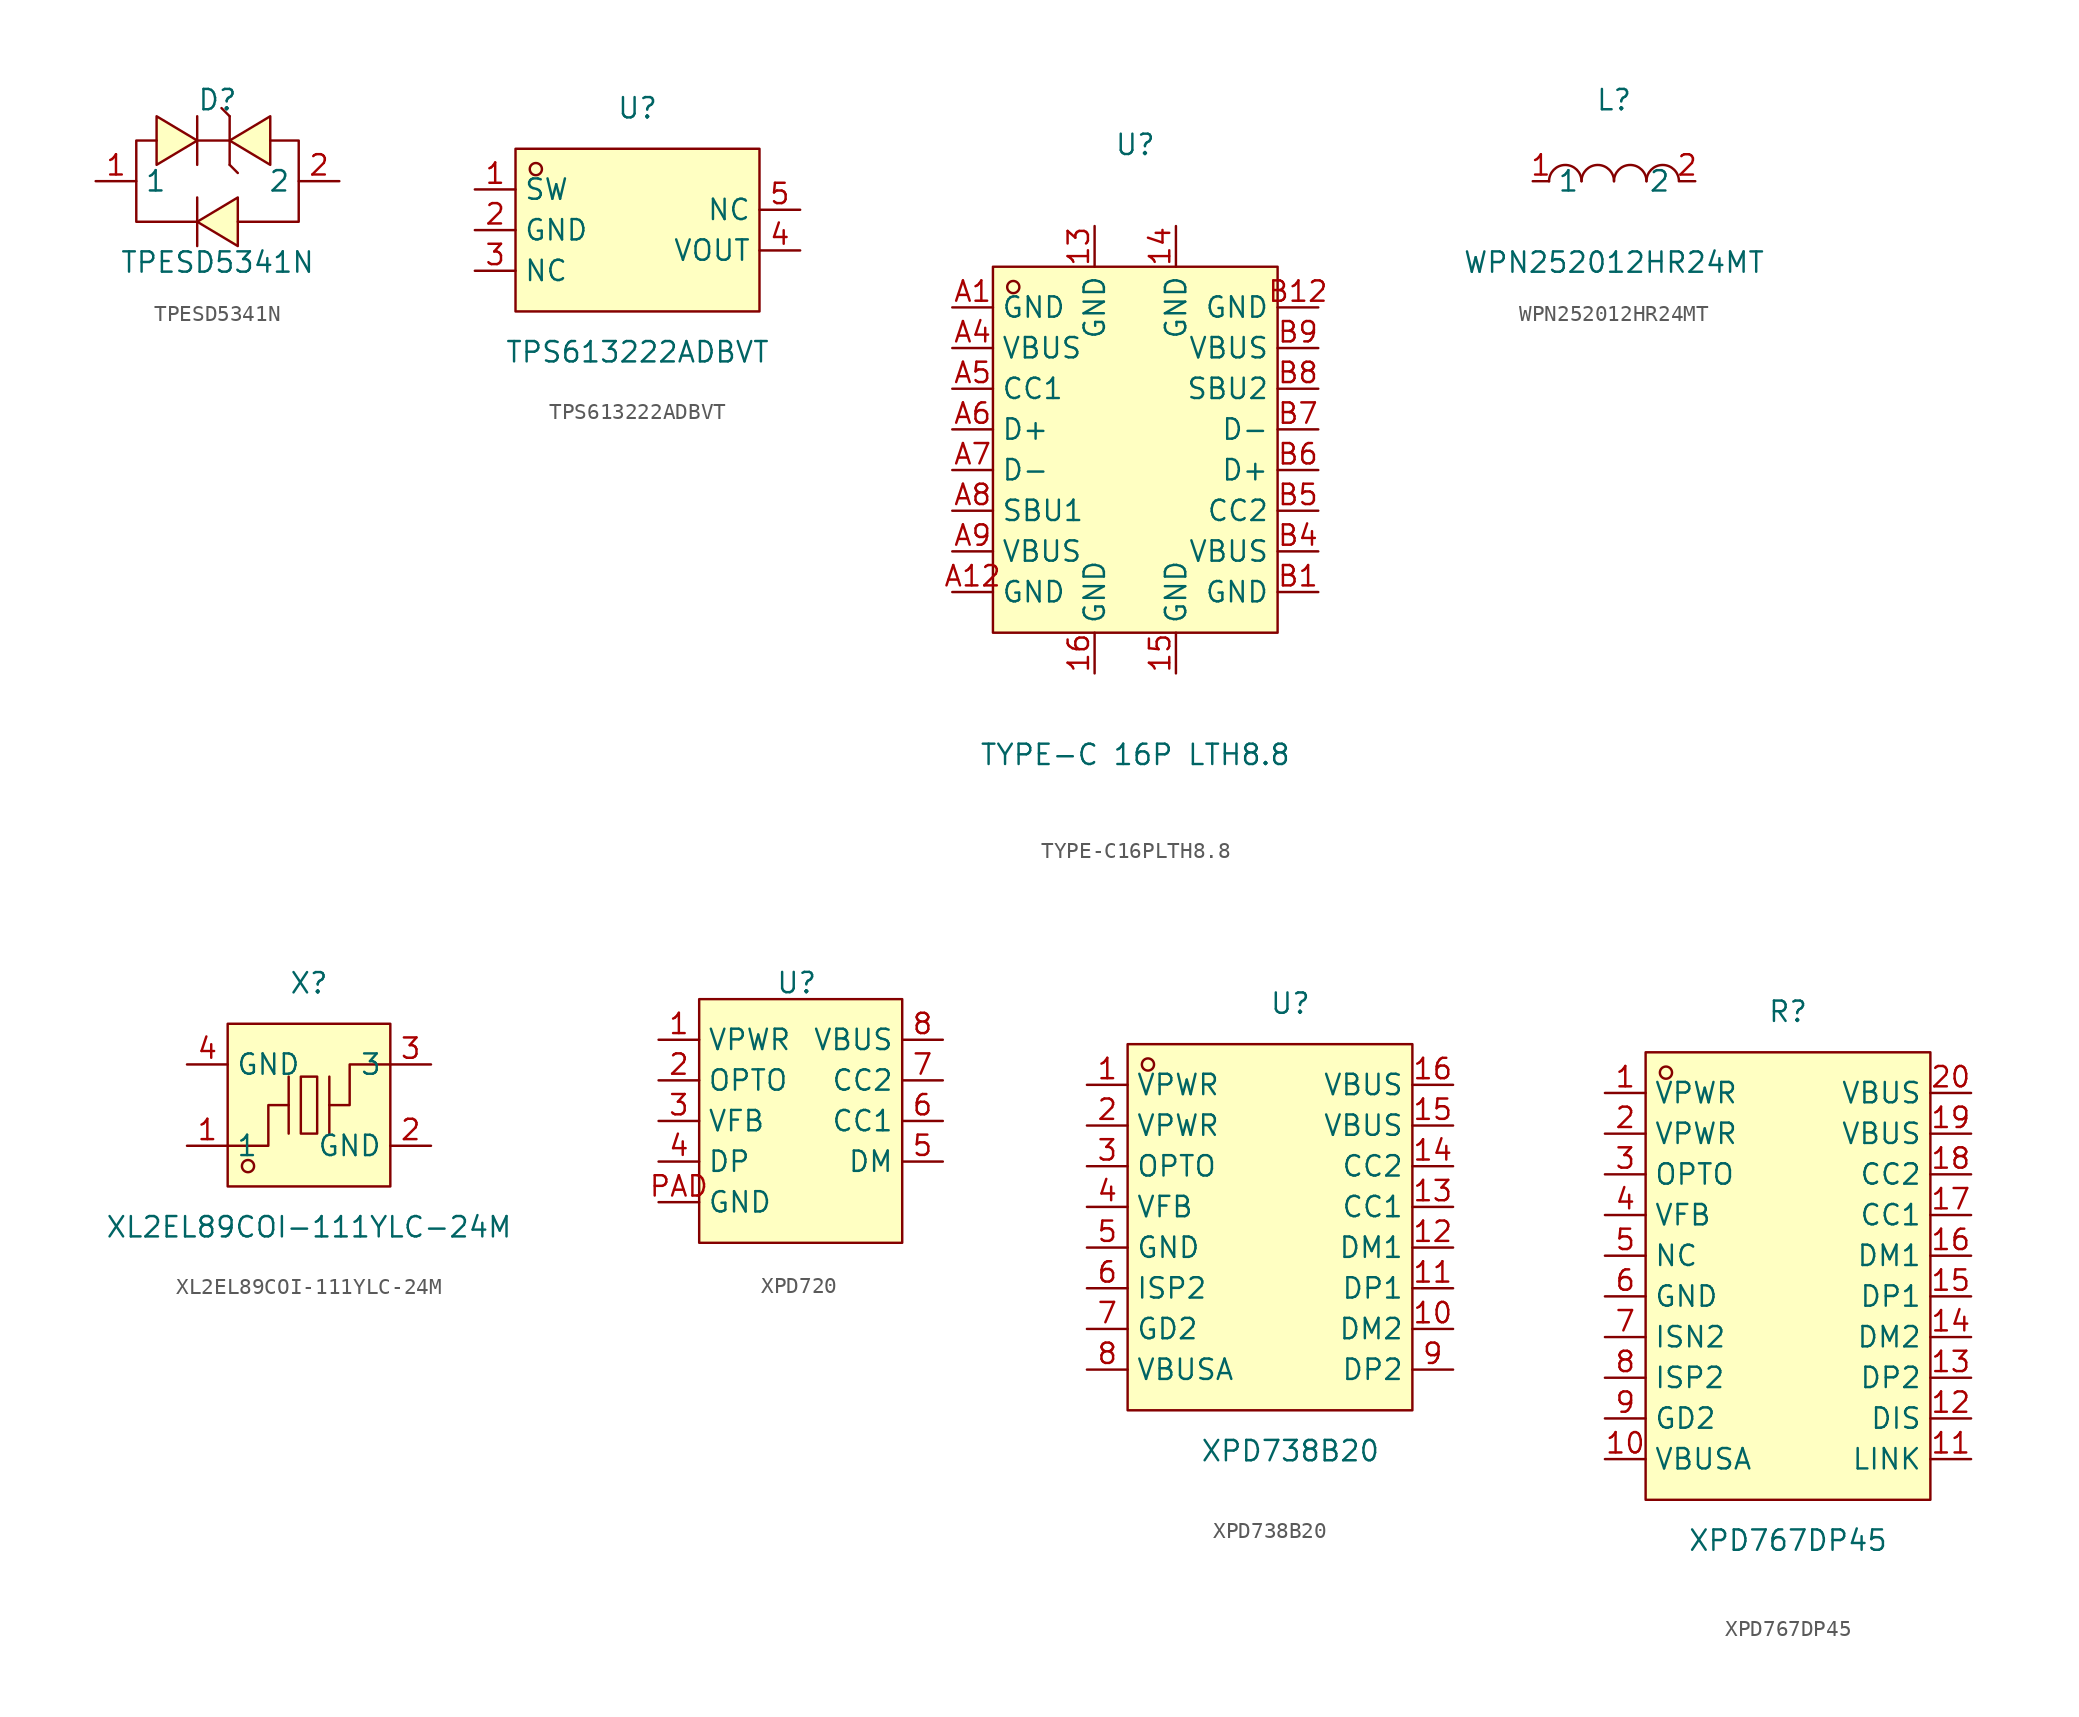
<source format=kicad_sym>
(kicad_symbol_lib
  (version 20241209)
  (generator "kicad_symbol_editor")
  (generator_version "9.0")
  (symbol "TPESD5341N"
    (property "Reference" "D"
      (at 0 5.08 0)
      (effects (font (size 1.27 1.27))))
    (property "Value" "TPESD5341N"
      (at 0 -5.08 0)
      (effects (font (size 1.27 1.27))))
    (symbol "TPESD5341N_0_1"
      (polyline (pts (xy -3.81 4.06) (xy -1.27 2.54) (xy -3.81 1.02) (xy -3.81 4.06)) (stroke (width 0) (type default)) (fill (type background)))
      (polyline (pts (xy -3.81 2.54) (xy -5.08 2.54) (xy -5.08 -2.54) (xy -1.27 -2.54)) (stroke (width 0) (type default)) (fill (type none)))
      (polyline (pts (xy -1.27 2.54) (xy 0.76 2.54)) (stroke (width 0) (type default)) (fill (type none)))
      (polyline (pts (xy -1.27 1.02) (xy -1.27 4.06)) (stroke (width 0) (type default)) (fill (type none)))
      (polyline (pts (xy -1.27 -4.06) (xy -1.27 -1.02)) (stroke (width 0) (type default)) (fill (type none)))
      (polyline (pts (xy 0.76 4.06) (xy 0.25 4.57) (xy 0.76 4.06)) (stroke (width 0) (type default)) (fill (type background)))
      (polyline (pts (xy 0.76 1.02) (xy 0.76 4.06)) (stroke (width 0) (type default)) (fill (type none)))
      (polyline (pts (xy 0.76 1.02) (xy 1.27 0.51) (xy 0.76 1.02)) (stroke (width 0) (type default)) (fill (type background)))
      (polyline (pts (xy 1.27 -1.02) (xy -1.27 -2.54) (xy 1.27 -4.06) (xy 1.27 -1.02)) (stroke (width 0) (type default)) (fill (type background)))
      (polyline (pts (xy 3.3 4.06) (xy 0.76 2.54) (xy 3.3 1.02) (xy 3.3 4.06)) (stroke (width 0) (type default)) (fill (type background)))
      (polyline (pts (xy 3.3 2.54) (xy 5.08 2.54) (xy 5.08 -2.54) (xy 1.27 -2.54)) (stroke (width 0) (type default)) (fill (type none)))
      (pin unspecified line (at -7.62 0 0) (length 2.54) (name "1" (effects (font (size 1.27 1.27)))) (number "1" (effects (font (size 1.27 1.27)))))
      (pin unspecified line (at 7.62 0 180) (length 2.54) (name "2" (effects (font (size 1.27 1.27)))) (number "2" (effects (font (size 1.27 1.27)))))))
  (symbol "TPS613222ADBVT"
    (property "Reference" "U"
      (at 0 7.62 0)
      (effects (font (size 1.27 1.27))))
    (property "Value" "TPS613222ADBVT"
      (at 0 -7.62 0)
      (effects (font (size 1.27 1.27))))
    (symbol "TPS613222ADBVT_0_1"
      (rectangle (start -7.62 5.08) (end 7.62 -5.08) (stroke (width 0) (type default) (color 0 0 0 0)) (fill (type background)))
      (circle (center -6.35 3.81) (radius 0.38) (stroke (width 0) (type default) (color 0 0 0 0)) (fill (type none)))
      (pin unspecified line (at -10.16 2.54 0) (length 2.54) (name "SW" (effects (font (size 1.27 1.27)))) (number "1" (effects (font (size 1.27 1.27)))))
      (pin unspecified line (at -10.16 -0.00 0) (length 2.54) (name "GND" (effects (font (size 1.27 1.27)))) (number "2" (effects (font (size 1.27 1.27)))))
      (pin unspecified line (at -10.16 -2.54 0) (length 2.54) (name "NC" (effects (font (size 1.27 1.27)))) (number "3" (effects (font (size 1.27 1.27)))))
      (pin unspecified line (at 10.16 -1.27 180) (length 2.54) (name "VOUT" (effects (font (size 1.27 1.27)))) (number "4" (effects (font (size 1.27 1.27)))))
      (pin unspecified line (at 10.16 1.27 180) (length 2.54) (name "NC" (effects (font (size 1.27 1.27)))) (number "5" (effects (font (size 1.27 1.27)))))))
  (symbol "TYPE-C16PLTH8.8"
    (property "Reference" "U"
      (at 0 19.05 0)
      (effects (font (size 1.27 1.27))))
    (property "Value" "TYPE-C 16P LTH8.8"
      (at 0 -19.05 0)
      (effects (font (size 1.27 1.27))))
    (symbol "TYPE-C16PLTH8.8_0_1"
      (rectangle (start -8.89 11.43) (end 8.89 -11.43) (stroke (width 0) (type default)) (fill (type background)))
      (circle (center -7.62 10.16) (radius 0.38) (stroke (width 0) (type default)) (fill (type none)))
      (pin unspecified line (at -11.43 8.89 0) (length 2.54) (name "GND" (effects (font (size 1.27 1.27)))) (number "A1" (effects (font (size 1.27 1.27)))))
      (pin unspecified line (at -11.43 6.35 0) (length 2.54) (name "VBUS" (effects (font (size 1.27 1.27)))) (number "A4" (effects (font (size 1.27 1.27)))))
      (pin unspecified line (at -11.43 3.81 0) (length 2.54) (name "CC1" (effects (font (size 1.27 1.27)))) (number "A5" (effects (font (size 1.27 1.27)))))
      (pin unspecified line (at -11.43 1.27 0) (length 2.54) (name "D+" (effects (font (size 1.27 1.27)))) (number "A6" (effects (font (size 1.27 1.27)))))
      (pin unspecified line (at -11.43 -1.27 0) (length 2.54) (name "D-" (effects (font (size 1.27 1.27)))) (number "A7" (effects (font (size 1.27 1.27)))))
      (pin unspecified line (at -11.43 -3.81 0) (length 2.54) (name "SBU1" (effects (font (size 1.27 1.27)))) (number "A8" (effects (font (size 1.27 1.27)))))
      (pin unspecified line (at -11.43 -6.35 0) (length 2.54) (name "VBUS" (effects (font (size 1.27 1.27)))) (number "A9" (effects (font (size 1.27 1.27)))))
      (pin unspecified line (at -11.43 -8.89 0) (length 2.54) (name "GND" (effects (font (size 1.27 1.27)))) (number "A12" (effects (font (size 1.27 1.27)))))
      (pin unspecified line (at -2.54 13.97 270) (length 2.54) (name "GND" (effects (font (size 1.27 1.27)))) (number "13" (effects (font (size 1.27 1.27)))))
      (pin unspecified line (at -2.54 -13.97 90) (length 2.54) (name "GND" (effects (font (size 1.27 1.27)))) (number "16" (effects (font (size 1.27 1.27)))))
      (pin unspecified line (at 2.54 13.97 270) (length 2.54) (name "GND" (effects (font (size 1.27 1.27)))) (number "14" (effects (font (size 1.27 1.27)))))
      (pin unspecified line (at 2.54 -13.97 90) (length 2.54) (name "GND" (effects (font (size 1.27 1.27)))) (number "15" (effects (font (size 1.27 1.27)))))
      (pin unspecified line (at 11.43 8.89 180) (length 2.54) (name "GND" (effects (font (size 1.27 1.27)))) (number "B12" (effects (font (size 1.27 1.27)))))
      (pin unspecified line (at 11.43 6.35 180) (length 2.54) (name "VBUS" (effects (font (size 1.27 1.27)))) (number "B9" (effects (font (size 1.27 1.27)))))
      (pin unspecified line (at 11.43 3.81 180) (length 2.54) (name "SBU2" (effects (font (size 1.27 1.27)))) (number "B8" (effects (font (size 1.27 1.27)))))
      (pin unspecified line (at 11.43 1.27 180) (length 2.54) (name "D-" (effects (font (size 1.27 1.27)))) (number "B7" (effects (font (size 1.27 1.27)))))
      (pin unspecified line (at 11.43 -1.27 180) (length 2.54) (name "D+" (effects (font (size 1.27 1.27)))) (number "B6" (effects (font (size 1.27 1.27)))))
      (pin unspecified line (at 11.43 -3.81 180) (length 2.54) (name "CC2" (effects (font (size 1.27 1.27)))) (number "B5" (effects (font (size 1.27 1.27)))))
      (pin unspecified line (at 11.43 -6.35 180) (length 2.54) (name "VBUS" (effects (font (size 1.27 1.27)))) (number "B4" (effects (font (size 1.27 1.27)))))
      (pin unspecified line (at 11.43 -8.89 180) (length 2.54) (name "GND" (effects (font (size 1.27 1.27)))) (number "B1" (effects (font (size 1.27 1.27)))))))
  (symbol "WPN252012HR24MT"
    (property "Reference" "L"
      (at 0 5.08 0)
      (effects (font (size 1.27 1.27))))
    (property "Value" "WPN252012HR24MT"
      (at 0 -5.08 0)
      (effects (font (size 1.27 1.27))))
    (symbol "WPN252012HR24MT_0_1"
      (arc (start -4.06 -0.01) (mid -2.83 0.99) (end -2.03 0.01) (stroke (width 0) (type default)) (fill (type none)))
      (arc (start -2.03 -0.01) (mid -0.8 0.99) (end 0 0.01) (stroke (width 0) (type default)) (fill (type none)))
      (arc (start 0 -0.01) (mid 1.23 0.99) (end 2.03 0.01) (stroke (width 0) (type default)) (fill (type none)))
      (arc (start 2.03 -0.01) (mid 3.26 0.99) (end 4.06 0.01) (stroke (width 0) (type default)) (fill (type none)))
      (pin unspecified line (at -5.08 0 0) (length 1.016) (name "1" (effects (font (size 1.27 1.27)))) (number "1" (effects (font (size 1.27 1.27)))))
      (pin unspecified line (at 5.08 0 180) (length 1.016) (name "2" (effects (font (size 1.27 1.27)))) (number "2" (effects (font (size 1.27 1.27)))))))
  (symbol "XL2EL89COI-111YLC-24M"
    (property "Reference" "X"
      (at 0 7.62 0)
      (effects (font (size 1.27 1.27))))
    (property "Value" "XL2EL89COI-111YLC-24M"
      (at 0 -7.62 0)
      (effects (font (size 1.27 1.27))))
    (symbol "XL2EL89COI-111YLC-24M_0_1"
      (rectangle (start -5.08 5.08) (end 5.08 -5.08) (stroke (width 0) (type default)) (fill (type background)))
      (polyline (pts (xy -5.08 -2.54) (xy -2.54 -2.54) (xy -2.54 0) (xy -1.27 0)) (stroke (width 0) (type default)) (fill (type none)))
      (circle (center -3.81 -3.81) (radius 0.38) (stroke (width 0) (type default)) (fill (type none)))
      (polyline (pts (xy -1.27 -1.78) (xy -1.27 1.78)) (stroke (width 0) (type default)) (fill (type none)))
      (rectangle (start -0.51 1.78) (end 0.51 -1.78) (stroke (width 0) (type default)) (fill (type background)))
      (polyline (pts (xy 1.27 -1.78) (xy 1.27 1.78)) (stroke (width 0) (type default)) (fill (type none)))
      (polyline (pts (xy 5.08 2.54) (xy 2.54 2.54) (xy 2.54 0) (xy 1.27 0)) (stroke (width 0) (type default)) (fill (type none)))
      (pin input line (at -7.62 2.54 0) (length 2.54) (name "GND" (effects (font (size 1.27 1.27)))) (number "4" (effects (font (size 1.27 1.27)))))
      (pin input line (at -7.62 -2.54 0) (length 2.54) (name "1" (effects (font (size 1.27 1.27)))) (number "1" (effects (font (size 1.27 1.27)))))
      (pin input line (at 7.62 2.54 180) (length 2.54) (name "3" (effects (font (size 1.27 1.27)))) (number "3" (effects (font (size 1.27 1.27)))))
      (pin input line (at 7.62 -2.54 180) (length 2.54) (name "GND" (effects (font (size 1.27 1.27)))) (number "2" (effects (font (size 1.27 1.27)))))))
  (symbol "XPD720"
    (property "Reference" "U"
      (at -0.254 8.636 0)
      (effects (font (size 1.27 1.27))))
    (property "Value" ""
      (at 0 0 0)
      (effects (font (size 1.27 1.27))))
    (symbol "XPD720_1_1"
      (rectangle (start -6.35 7.62) (end 6.35 -7.62) (stroke (width 0) (type solid)) (fill (type color) (color 255 255 194 1)))
      (pin power_in line (at -8.89 5.08 0) (length 2.54) (name "VPWR" (effects (font (size 1.27 1.27)))) (number "1" (effects (font (size 1.27 1.27)))))
      (pin output line (at -8.89 2.54 0) (length 2.54) (name "OPTO" (effects (font (size 1.27 1.27)))) (number "2" (effects (font (size 1.27 1.27)))))
      (pin output line (at -8.89 0 0) (length 2.54) (name "VFB" (effects (font (size 1.27 1.27)))) (number "3" (effects (font (size 1.27 1.27)))))
      (pin bidirectional line (at -8.89 -2.54 0) (length 2.54) (name "DP" (effects (font (size 1.27 1.27)))) (number "4" (effects (font (size 1.27 1.27)))))
      (pin power_in line (at -8.89 -5.08 0) (length 2.54) (name "GND" (effects (font (size 1.27 1.27)))) (number "PAD" (effects (font (size 1.27 1.27)))))
      (pin power_out line (at 8.89 5.08 180) (length 2.54) (name "VBUS" (effects (font (size 1.27 1.27)))) (number "8" (effects (font (size 1.27 1.27)))))
      (pin input line (at 8.89 2.54 180) (length 2.54) (name "CC2" (effects (font (size 1.27 1.27)))) (number "7" (effects (font (size 1.27 1.27)))))
      (pin input line (at 8.89 0 180) (length 2.54) (name "CC1" (effects (font (size 1.27 1.27)))) (number "6" (effects (font (size 1.27 1.27)))))
      (pin bidirectional line (at 8.89 -2.54 180) (length 2.54) (name "DM" (effects (font (size 1.27 1.27)))) (number "5" (effects (font (size 1.27 1.27)))))))
  (symbol "XPD738B20"
    (property "Reference" "U"
      (at 0 15.24 0)
      (effects (font (size 1.27 1.27))))
    (property "Value" "XPD738B20"
      (at 0 -12.7 0)
      (effects (font (size 1.27 1.27))))
    (symbol "XPD738B20_0_1"
      (rectangle (start -10.16 12.7) (end 7.62 -10.16) (stroke (width 0) (type default)) (fill (type background)))
      (circle (center -8.89 11.43) (radius 0.38) (stroke (width 0) (type default)) (fill (type none)))
      (pin unspecified line (at -12.7 10.16 0) (length 2.54) (name "VPWR" (effects (font (size 1.27 1.27)))) (number "1" (effects (font (size 1.27 1.27)))))
      (pin unspecified line (at -12.7 7.62 0) (length 2.54) (name "VPWR" (effects (font (size 1.27 1.27)))) (number "2" (effects (font (size 1.27 1.27)))))
      (pin unspecified line (at -12.7 5.08 0) (length 2.54) (name "OPTO" (effects (font (size 1.27 1.27)))) (number "3" (effects (font (size 1.27 1.27)))))
      (pin unspecified line (at -12.7 2.54 0) (length 2.54) (name "VFB" (effects (font (size 1.27 1.27)))) (number "4" (effects (font (size 1.27 1.27)))))
      (pin unspecified line (at -12.7 0 0) (length 2.54) (name "GND" (effects (font (size 1.27 1.27)))) (number "5" (effects (font (size 1.27 1.27)))))
      (pin unspecified line (at -12.7 -2.54 0) (length 2.54) (name "ISP2" (effects (font (size 1.27 1.27)))) (number "6" (effects (font (size 1.27 1.27)))))
      (pin unspecified line (at -12.7 -5.08 0) (length 2.54) (name "GD2" (effects (font (size 1.27 1.27)))) (number "7" (effects (font (size 1.27 1.27)))))
      (pin unspecified line (at -12.7 -7.62 0) (length 2.54) (name "VBUSA" (effects (font (size 1.27 1.27)))) (number "8" (effects (font (size 1.27 1.27)))))
      (pin unspecified line (at 10.16 10.16 180) (length 2.54) (name "VBUS" (effects (font (size 1.27 1.27)))) (number "16" (effects (font (size 1.27 1.27)))))
      (pin unspecified line (at 10.16 7.62 180) (length 2.54) (name "VBUS" (effects (font (size 1.27 1.27)))) (number "15" (effects (font (size 1.27 1.27)))))
      (pin unspecified line (at 10.16 5.08 180) (length 2.54) (name "CC2" (effects (font (size 1.27 1.27)))) (number "14" (effects (font (size 1.27 1.27)))))
      (pin unspecified line (at 10.16 2.54 180) (length 2.54) (name "CC1" (effects (font (size 1.27 1.27)))) (number "13" (effects (font (size 1.27 1.27)))))
      (pin unspecified line (at 10.16 0 180) (length 2.54) (name "DM1" (effects (font (size 1.27 1.27)))) (number "12" (effects (font (size 1.27 1.27)))))
      (pin unspecified line (at 10.16 -2.54 180) (length 2.54) (name "DP1" (effects (font (size 1.27 1.27)))) (number "11" (effects (font (size 1.27 1.27)))))
      (pin unspecified line (at 10.16 -5.08 180) (length 2.54) (name "DM2" (effects (font (size 1.27 1.27)))) (number "10" (effects (font (size 1.27 1.27)))))
      (pin unspecified line (at 10.16 -7.62 180) (length 2.54) (name "DP2" (effects (font (size 1.27 1.27)))) (number "9" (effects (font (size 1.27 1.27)))))))
  (symbol "XPD767DP45"
    (property "Reference" "R"
      (at 0 16.51 0)
      (effects (font (size 1.27 1.27))))
    (property "Value" "XPD767DP45"
      (at 0 -16.51 0)
      (effects (font (size 1.27 1.27))))
    (symbol "XPD767DP45_0_1"
      (rectangle (start -8.89 13.97) (end 8.89 -13.97) (stroke (width 0) (type default)) (fill (type background)))
      (circle (center -7.62 12.7) (radius 0.38) (stroke (width 0) (type default)) (fill (type none)))
      (pin unspecified line (at -11.43 11.43 0) (length 2.54) (name "VPWR" (effects (font (size 1.27 1.27)))) (number "1" (effects (font (size 1.27 1.27)))))
      (pin unspecified line (at -11.43 8.89 0) (length 2.54) (name "VPWR" (effects (font (size 1.27 1.27)))) (number "2" (effects (font (size 1.27 1.27)))))
      (pin unspecified line (at -11.43 6.35 0) (length 2.54) (name "OPTO" (effects (font (size 1.27 1.27)))) (number "3" (effects (font (size 1.27 1.27)))))
      (pin unspecified line (at -11.43 3.81 0) (length 2.54) (name "VFB" (effects (font (size 1.27 1.27)))) (number "4" (effects (font (size 1.27 1.27)))))
      (pin unspecified line (at -11.43 1.27 0) (length 2.54) (name "NC" (effects (font (size 1.27 1.27)))) (number "5" (effects (font (size 1.27 1.27)))))
      (pin unspecified line (at -11.43 -1.27 0) (length 2.54) (name "GND" (effects (font (size 1.27 1.27)))) (number "6" (effects (font (size 1.27 1.27)))))
      (pin unspecified line (at -11.43 -3.81 0) (length 2.54) (name "ISN2" (effects (font (size 1.27 1.27)))) (number "7" (effects (font (size 1.27 1.27)))))
      (pin unspecified line (at -11.43 -6.35 0) (length 2.54) (name "ISP2" (effects (font (size 1.27 1.27)))) (number "8" (effects (font (size 1.27 1.27)))))
      (pin unspecified line (at -11.43 -8.89 0) (length 2.54) (name "GD2" (effects (font (size 1.27 1.27)))) (number "9" (effects (font (size 1.27 1.27)))))
      (pin unspecified line (at -11.43 -11.43 0) (length 2.54) (name "VBUSA" (effects (font (size 1.27 1.27)))) (number "10" (effects (font (size 1.27 1.27)))))
      (pin unspecified line (at 11.43 11.43 180) (length 2.54) (name "VBUS" (effects (font (size 1.27 1.27)))) (number "20" (effects (font (size 1.27 1.27)))))
      (pin unspecified line (at 11.43 8.89 180) (length 2.54) (name "VBUS" (effects (font (size 1.27 1.27)))) (number "19" (effects (font (size 1.27 1.27)))))
      (pin unspecified line (at 11.43 6.35 180) (length 2.54) (name "CC2" (effects (font (size 1.27 1.27)))) (number "18" (effects (font (size 1.27 1.27)))))
      (pin unspecified line (at 11.43 3.81 180) (length 2.54) (name "CC1" (effects (font (size 1.27 1.27)))) (number "17" (effects (font (size 1.27 1.27)))))
      (pin unspecified line (at 11.43 1.27 180) (length 2.54) (name "DM1" (effects (font (size 1.27 1.27)))) (number "16" (effects (font (size 1.27 1.27)))))
      (pin unspecified line (at 11.43 -1.27 180) (length 2.54) (name "DP1" (effects (font (size 1.27 1.27)))) (number "15" (effects (font (size 1.27 1.27)))))
      (pin unspecified line (at 11.43 -3.81 180) (length 2.54) (name "DM2" (effects (font (size 1.27 1.27)))) (number "14" (effects (font (size 1.27 1.27)))))
      (pin unspecified line (at 11.43 -6.35 180) (length 2.54) (name "DP2" (effects (font (size 1.27 1.27)))) (number "13" (effects (font (size 1.27 1.27)))))
      (pin unspecified line (at 11.43 -8.89 180) (length 2.54) (name "DIS" (effects (font (size 1.27 1.27)))) (number "12" (effects (font (size 1.27 1.27)))))
      (pin unspecified line (at 11.43 -11.43 180) (length 2.54) (name "LINK" (effects (font (size 1.27 1.27)))) (number "11" (effects (font (size 1.27 1.27))))))))
</source>
